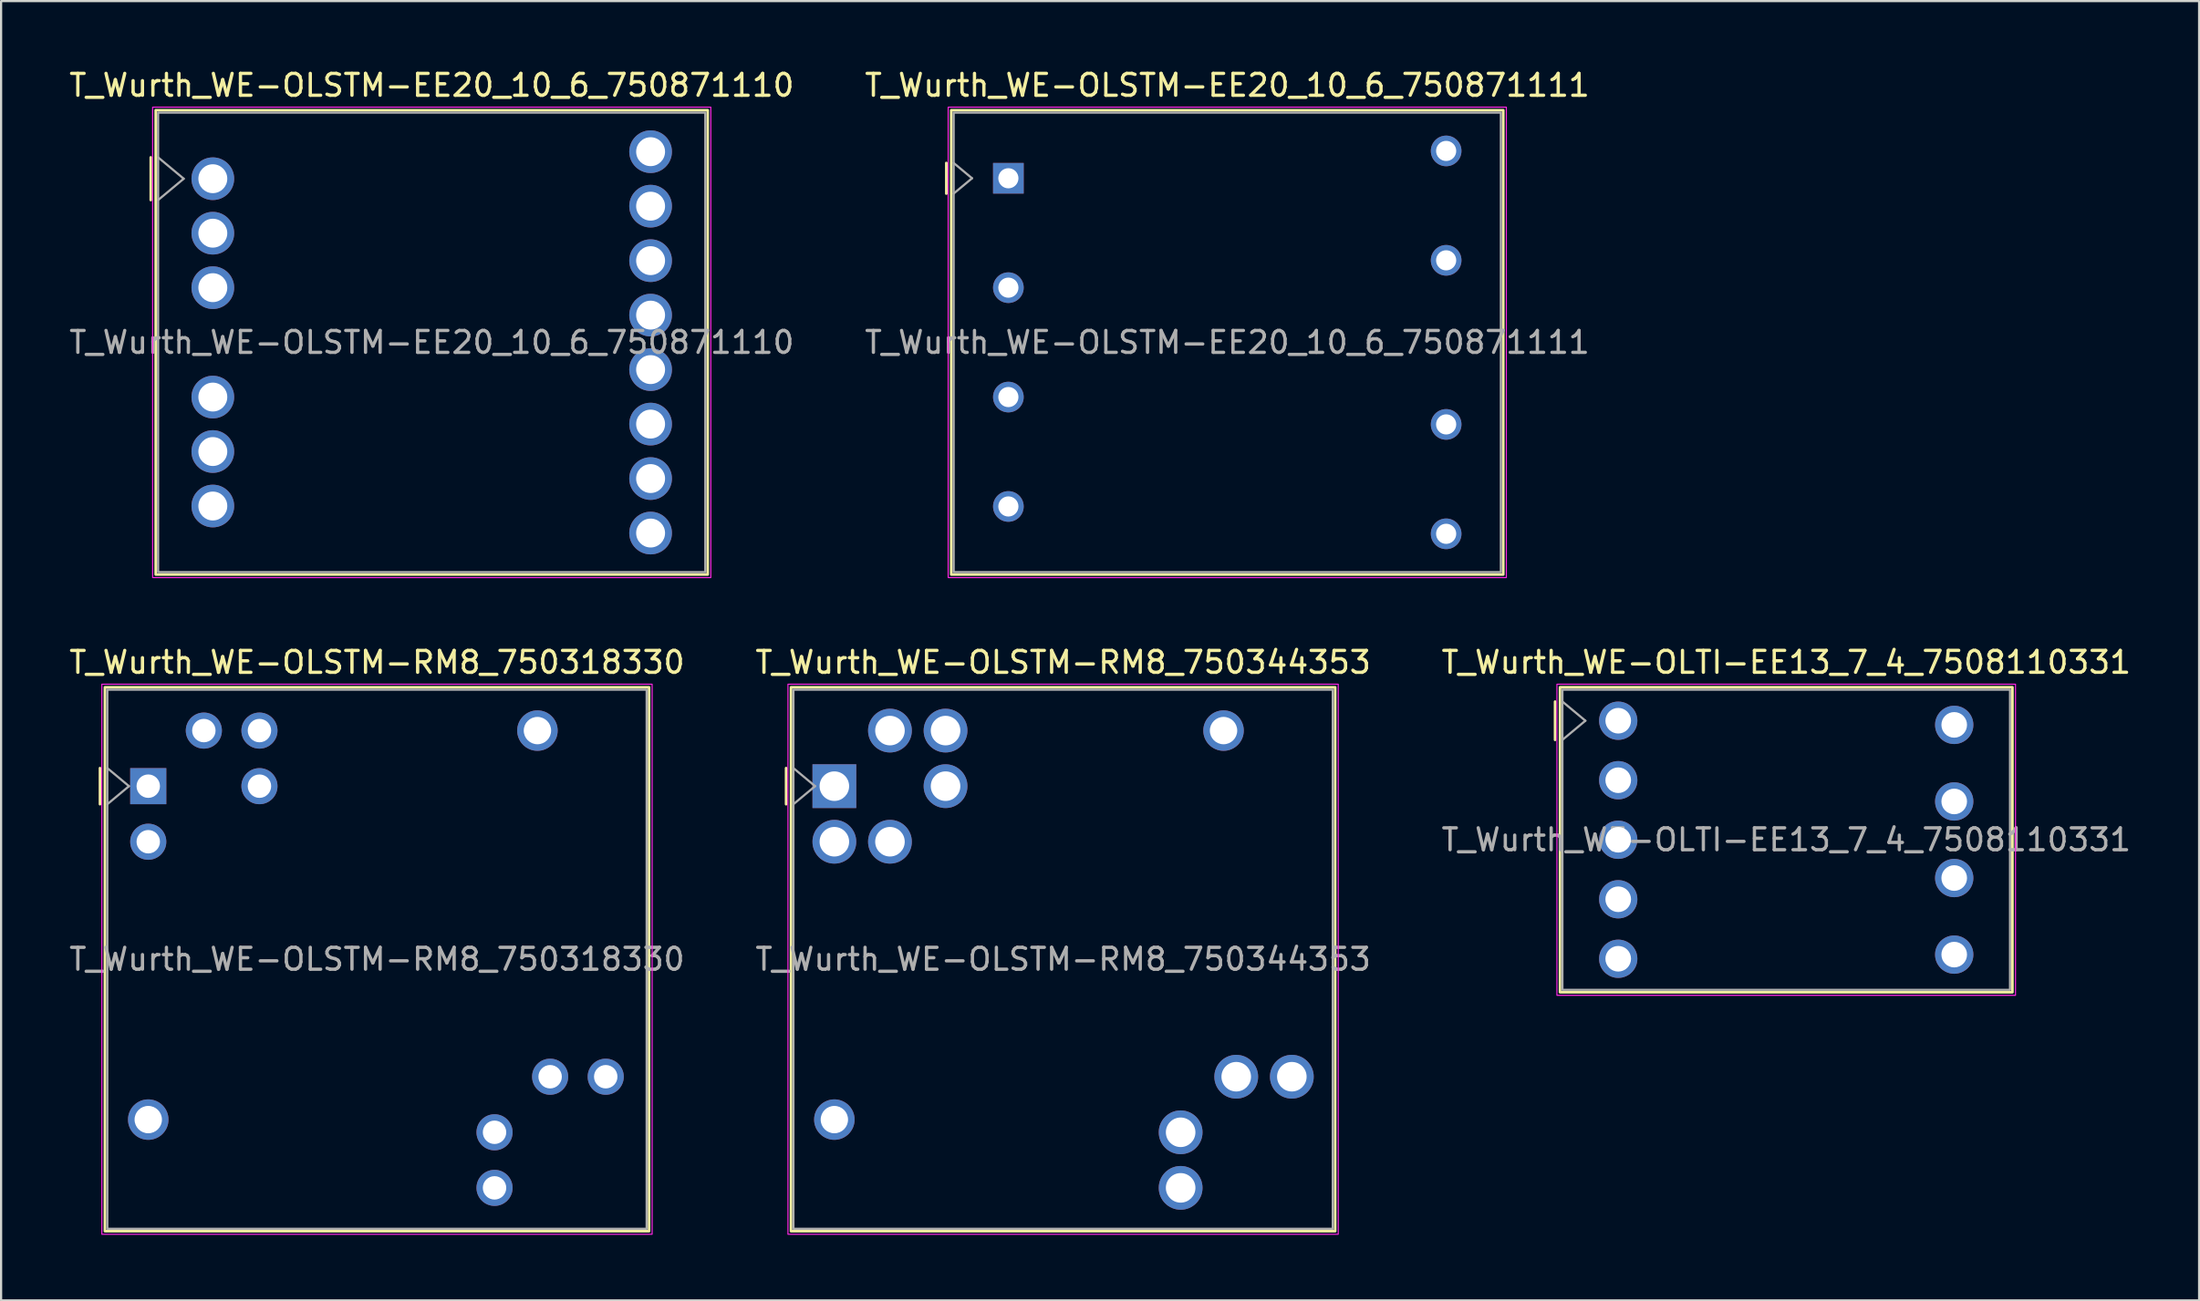
<source format=kicad_pcb>
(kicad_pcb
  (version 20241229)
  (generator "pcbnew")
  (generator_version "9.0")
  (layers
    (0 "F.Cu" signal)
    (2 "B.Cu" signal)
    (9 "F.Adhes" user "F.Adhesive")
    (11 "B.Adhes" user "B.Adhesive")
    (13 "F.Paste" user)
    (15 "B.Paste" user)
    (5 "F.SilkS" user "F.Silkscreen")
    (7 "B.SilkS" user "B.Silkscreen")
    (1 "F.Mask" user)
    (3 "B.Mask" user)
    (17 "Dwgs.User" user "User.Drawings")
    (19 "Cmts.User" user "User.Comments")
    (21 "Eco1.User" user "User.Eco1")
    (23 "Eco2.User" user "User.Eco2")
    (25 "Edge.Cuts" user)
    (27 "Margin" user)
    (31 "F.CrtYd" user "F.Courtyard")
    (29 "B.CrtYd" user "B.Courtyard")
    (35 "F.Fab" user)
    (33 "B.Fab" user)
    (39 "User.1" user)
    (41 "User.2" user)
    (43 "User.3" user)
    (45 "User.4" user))
  (footprint "T_Wurth_WE-OLSTM-EE20_10_6_750871111"
    (layer "F.Cu")
    (at 43.018 5.098)
    (property "Reference" "T_Wurth_WE-OLSTM-EE20_10_6_750871111" (at 10 -4.25 0) (unlocked yes) (layer "F.SilkS") (effects (font (size 1 1) (thickness 0.15))))
    (attr smd)
    (fp_line (start -2.835 -0.7) (end -2.835 0.7) (stroke (width 0.12) (type solid)) (layer "F.SilkS"))
    (fp_rect (start -2.61 -3.11) (end 22.61 18.11) (stroke (width 0.12) (type solid)) (fill no) (layer "F.SilkS"))
    (fp_rect (start -2.75 -3.25) (end 22.75 18.25) (stroke (width 0.05) (type solid)) (fill no) (layer "F.CrtYd"))
    (fp_line (start -2.5 -0.7) (end -1.66 0) (stroke (width 0.1) (type solid)) (layer "F.Fab"))
    (fp_line (start -2.5 0.7) (end -1.66 0) (stroke (width 0.1) (type solid)) (layer "F.Fab"))
    (fp_rect (start -2.5 -3) (end 22.5 18) (stroke (width 0.1) (type solid)) (fill no) (layer "F.Fab"))
    (fp_text user "${REFERENCE}" (at 10 7.5 0) (unlocked yes) (layer "F.Fab") (effects (font (size 1 1) (thickness 0.15))))
    (pad "1" thru_hole rect (at 0 0) (size 1.4 1.4) (drill 0.92) (layers "*.Cu" "*.Mask"))
    (pad "3" thru_hole circle (at 0 5) (size 1.4 1.4) (drill 0.92) (layers "*.Cu" "*.Mask"))
    (pad "4" thru_hole circle (at 0 10) (size 1.4 1.4) (drill 0.92) (layers "*.Cu" "*.Mask"))
    (pad "6" thru_hole circle (at 0 15) (size 1.4 1.4) (drill 0.92) (layers "*.Cu" "*.Mask"))
    (pad "7" thru_hole circle (at 20 16.25) (size 1.4 1.4) (drill 0.92) (layers "*.Cu" "*.Mask"))
    (pad "9" thru_hole circle (at 20 11.25) (size 1.4 1.4) (drill 0.92) (layers "*.Cu" "*.Mask"))
    (pad "12" thru_hole circle (at 20 3.75) (size 1.4 1.4) (drill 0.92) (layers "*.Cu" "*.Mask"))
    (pad "14" thru_hole circle (at 20 -1.25) (size 1.4 1.4) (drill 0.92) (layers "*.Cu" "*.Mask")))
  (footprint "T_Wurth_WE-OLSTM-EE20_10_6_750871110"
    (layer "F.Cu")
    (at 16.673 12.598)
    (property "Reference" "T_Wurth_WE-OLSTM-EE20_10_6_750871110" (at 0 -11.75 0) (unlocked yes) (layer "F.SilkS") (effects (font (size 1 1) (thickness 0.15))))
    (attr smd)
    (fp_line (start -12.835 -8.455) (end -12.835 -6.505) (stroke (width 0.12) (type solid)) (layer "F.SilkS"))
    (fp_rect (start -12.61 -10.61) (end 12.61 10.61) (stroke (width 0.12) (type solid)) (fill no) (layer "F.SilkS"))
    (fp_rect (start -12.75 -10.75) (end 12.75 10.75) (stroke (width 0.05) (type solid)) (fill no) (layer "F.CrtYd"))
    (fp_line (start -12.5 -8.455) (end -11.33 -7.48) (stroke (width 0.1) (type solid)) (layer "F.Fab"))
    (fp_line (start -12.5 -6.505) (end -11.33 -7.48) (stroke (width 0.1) (type solid)) (layer "F.Fab"))
    (fp_rect (start -12.5 -10.5) (end 12.5 10.5) (stroke (width 0.1) (type solid)) (fill no) (layer "F.Fab"))
    (fp_text user "${REFERENCE}" (at 0 0 0) (unlocked yes) (layer "F.Fab") (effects (font (size 1 1) (thickness 0.15))))
    (pad "1" thru_hole circle (at -10 -7.48) (size 1.95 1.95) (drill 1.32) (layers "*.Cu" "*.Mask"))
    (pad "2" thru_hole circle (at -10 -4.99) (size 1.95 1.95) (drill 1.32) (layers "*.Cu" "*.Mask"))
    (pad "3" thru_hole circle (at -10 -2.5) (size 1.95 1.95) (drill 1.32) (layers "*.Cu" "*.Mask"))
    (pad "4" thru_hole circle (at -10 2.5) (size 1.95 1.95) (drill 1.32) (layers "*.Cu" "*.Mask"))
    (pad "5" thru_hole circle (at -10 4.99) (size 1.95 1.95) (drill 1.32) (layers "*.Cu" "*.Mask"))
    (pad "6" thru_hole circle (at -10 7.48) (size 1.95 1.95) (drill 1.32) (layers "*.Cu" "*.Mask"))
    (pad "7" thru_hole circle (at 10 8.715) (size 1.95 1.95) (drill 1.32) (layers "*.Cu" "*.Mask"))
    (pad "8" thru_hole circle (at 10 6.225) (size 1.95 1.95) (drill 1.32) (layers "*.Cu" "*.Mask"))
    (pad "9" thru_hole circle (at 10 3.735) (size 1.95 1.95) (drill 1.32) (layers "*.Cu" "*.Mask"))
    (pad "10" thru_hole circle (at 10 1.245) (size 1.95 1.95) (drill 1.32) (layers "*.Cu" "*.Mask"))
    (pad "11" thru_hole circle (at 10 -1.245) (size 1.95 1.95) (drill 1.32) (layers "*.Cu" "*.Mask"))
    (pad "12" thru_hole circle (at 10 -3.735) (size 1.95 1.95) (drill 1.32) (layers "*.Cu" "*.Mask"))
    (pad "13" thru_hole circle (at 10 -6.225) (size 1.95 1.95) (drill 1.32) (layers "*.Cu" "*.Mask"))
    (pad "14" thru_hole circle (at 10 -8.715) (size 1.95 1.95) (drill 1.32) (layers "*.Cu" "*.Mask")))
  (footprint "T_Wurth_WE-OLSTM-RM8_750344353"
    (layer "F.Cu")
    (at 35.068 32.882)
    (property "Reference" "T_Wurth_WE-OLSTM-RM8_750344353" (at 10.45 -5.66 0) (unlocked yes) (layer "F.SilkS") (effects (font (size 1 1) (thickness 0.15))))
    (attr smd)
    (fp_line (start -2.205 -0.825) (end -2.205 0.825) (stroke (width 0.12) (type solid)) (layer "F.SilkS"))
    (fp_rect (start -1.98 -4.52) (end 22.88 20.34) (stroke (width 0.12) (type solid)) (fill no) (layer "F.SilkS"))
    (fp_rect (start -2.12 -4.66) (end 23.02 20.48) (stroke (width 0.05) (type solid)) (fill no) (layer "F.CrtYd"))
    (fp_line (start -1.87 -0.825) (end -0.88 0) (stroke (width 0.1) (type solid)) (layer "F.Fab"))
    (fp_line (start -1.87 0.825) (end -0.88 0) (stroke (width 0.1) (type solid)) (layer "F.Fab"))
    (fp_rect (start -1.87 -4.41) (end 22.77 20.23) (stroke (width 0.1) (type solid)) (fill no) (layer "F.Fab"))
    (fp_text user "${REFERENCE}" (at 10.45 7.91 0) (unlocked yes) (layer "F.Fab") (effects (font (size 1 1) (thickness 0.15))))
    (pad "1" thru_hole rect (at 0 0) (size 2 2) (drill 1.35) (layers "*.Cu" "*.Mask"))
    (pad "2" thru_hole circle (at 0 2.54) (size 2 2) (drill 1.35) (layers "*.Cu" "*.Mask"))
    (pad "3" thru_hole circle (at 2.54 2.54) (size 2 2) (drill 1.35) (layers "*.Cu" "*.Mask"))
    (pad "4" thru_hole circle (at 15.82 18.36) (size 2 2) (drill 1.35) (layers "*.Cu" "*.Mask"))
    (pad "5" thru_hole circle (at 15.82 15.82) (size 2 2) (drill 1.35) (layers "*.Cu" "*.Mask"))
    (pad "6" thru_hole circle (at 18.36 13.28) (size 2 2) (drill 1.35) (layers "*.Cu" "*.Mask"))
    (pad "7" thru_hole circle (at 20.9 13.28) (size 2 2) (drill 1.35) (layers "*.Cu" "*.Mask"))
    (pad "8" thru_hole circle (at 5.08 0) (size 2 2) (drill 1.35) (layers "*.Cu" "*.Mask"))
    (pad "9" thru_hole circle (at 5.08 -2.54) (size 2 2) (drill 1.35) (layers "*.Cu" "*.Mask"))
    (pad "10" thru_hole circle (at 2.54 -2.54) (size 2 2) (drill 1.35) (layers "*.Cu" "*.Mask"))
    (pad "P1" thru_hole circle (at 0 15.24) (size 1.85 1.85) (drill 1.25) (layers "*.Cu" "*.Mask"))
    (pad "P2" thru_hole circle (at 17.78 -2.54) (size 1.85 1.85) (drill 1.25) (layers "*.Cu" "*.Mask")))
  (footprint "T_Wurth_WE-OLTI-EE13_7_4_7508110331"
    (layer "F.Cu")
    (at 78.554 35.331)
    (property "Reference" "T_Wurth_WE-OLTI-EE13_7_4_7508110331" (at 0 -8.11 0) (unlocked yes) (layer "F.SilkS") (effects (font (size 1 1) (thickness 0.15))))
    (attr smd)
    (fp_line (start -10.56 -6.315) (end -10.56 -4.565) (stroke (width 0.12) (type solid)) (layer "F.SilkS"))
    (fp_rect (start -10.335 -6.97) (end 10.335 6.97) (stroke (width 0.12) (type solid)) (fill no) (layer "F.SilkS"))
    (fp_rect (start -10.475 -7.11) (end 10.475 7.11) (stroke (width 0.05) (type solid)) (fill no) (layer "F.CrtYd"))
    (fp_line (start -10.225 -6.315) (end -9.175 -5.44) (stroke (width 0.1) (type solid)) (layer "F.Fab"))
    (fp_line (start -10.225 -4.565) (end -9.175 -5.44) (stroke (width 0.1) (type solid)) (layer "F.Fab"))
    (fp_rect (start -10.225 -6.86) (end 10.225 6.86) (stroke (width 0.1) (type solid)) (fill no) (layer "F.Fab"))
    (fp_text user "${REFERENCE}" (at 0 0 0) (unlocked yes) (layer "F.Fab") (effects (font (size 1 1) (thickness 0.15))))
    (pad "1" thru_hole circle (at -7.675 -5.44) (size 1.75 1.75) (drill 1.17) (layers "*.Cu" "*.Mask"))
    (pad "2" thru_hole circle (at -7.675 -2.72) (size 1.75 1.75) (drill 1.17) (layers "*.Cu" "*.Mask"))
    (pad "3" thru_hole circle (at -7.675 0) (size 1.75 1.75) (drill 1.17) (layers "*.Cu" "*.Mask"))
    (pad "4" thru_hole circle (at -7.675 2.72) (size 1.75 1.75) (drill 1.17) (layers "*.Cu" "*.Mask"))
    (pad "5" thru_hole circle (at -7.675 5.44) (size 1.75 1.75) (drill 1.17) (layers "*.Cu" "*.Mask"))
    (pad "6" thru_hole circle (at 7.675 5.25) (size 1.75 1.75) (drill 1.17) (layers "*.Cu" "*.Mask"))
    (pad "7" thru_hole circle (at 7.675 1.75) (size 1.75 1.75) (drill 1.17) (layers "*.Cu" "*.Mask"))
    (pad "8" thru_hole circle (at 7.675 -1.75) (size 1.75 1.75) (drill 1.17) (layers "*.Cu" "*.Mask"))
    (pad "9" thru_hole circle (at 7.675 -5.25) (size 1.75 1.75) (drill 1.17) (layers "*.Cu" "*.Mask")))
  (footprint "T_Wurth_WE-OLSTM-RM8_750318330"
    (layer "F.Cu")
    (at 3.723 32.882)
    (property "Reference" "T_Wurth_WE-OLSTM-RM8_750318330" (at 10.45 -5.66 0) (unlocked yes) (layer "F.SilkS") (effects (font (size 1 1) (thickness 0.15))))
    (attr smd)
    (fp_line (start -2.205 -0.825) (end -2.205 0.825) (stroke (width 0.12) (type solid)) (layer "F.SilkS"))
    (fp_rect (start -1.98 -4.52) (end 22.88 20.34) (stroke (width 0.12) (type solid)) (fill no) (layer "F.SilkS"))
    (fp_rect (start -2.12 -4.66) (end 23.02 20.48) (stroke (width 0.05) (type solid)) (fill no) (layer "F.CrtYd"))
    (fp_line (start -1.87 -0.825) (end -0.88 0) (stroke (width 0.1) (type solid)) (layer "F.Fab"))
    (fp_line (start -1.87 0.825) (end -0.88 0) (stroke (width 0.1) (type solid)) (layer "F.Fab"))
    (fp_rect (start -1.87 -4.41) (end 22.77 20.23) (stroke (width 0.1) (type solid)) (fill no) (layer "F.Fab"))
    (fp_text user "${REFERENCE}" (at 10.45 7.91 0) (unlocked yes) (layer "F.Fab") (effects (font (size 1 1) (thickness 0.15))))
    (pad "1" thru_hole rect (at 0 0) (size 1.65 1.65) (drill 1.07) (layers "*.Cu" "*.Mask"))
    (pad "2" thru_hole circle (at 0 2.54) (size 1.65 1.65) (drill 1.07) (layers "*.Cu" "*.Mask"))
    (pad "4" thru_hole circle (at 15.82 18.36) (size 1.65 1.65) (drill 1.07) (layers "*.Cu" "*.Mask"))
    (pad "5" thru_hole circle (at 15.82 15.82) (size 1.65 1.65) (drill 1.07) (layers "*.Cu" "*.Mask"))
    (pad "6" thru_hole circle (at 18.36 13.28) (size 1.65 1.65) (drill 1.07) (layers "*.Cu" "*.Mask"))
    (pad "7" thru_hole circle (at 20.9 13.28) (size 1.65 1.65) (drill 1.07) (layers "*.Cu" "*.Mask"))
    (pad "8" thru_hole circle (at 5.08 0) (size 1.65 1.65) (drill 1.07) (layers "*.Cu" "*.Mask"))
    (pad "9" thru_hole circle (at 5.08 -2.54) (size 1.65 1.65) (drill 1.07) (layers "*.Cu" "*.Mask"))
    (pad "10" thru_hole circle (at 2.54 -2.54) (size 1.65 1.65) (drill 1.07) (layers "*.Cu" "*.Mask"))
    (pad "P1" thru_hole circle (at 0 15.24) (size 1.85 1.85) (drill 1.25) (layers "*.Cu" "*.Mask"))
    (pad "P2" thru_hole circle (at 17.78 -2.54) (size 1.85 1.85) (drill 1.25) (layers "*.Cu" "*.Mask")))
  (gr_rect
    (start -3 -3)
    (end 97.417 56.386)
    (stroke (width 0.1) (type default))
    (fill no)
    (layer "Edge.Cuts")))
</source>
